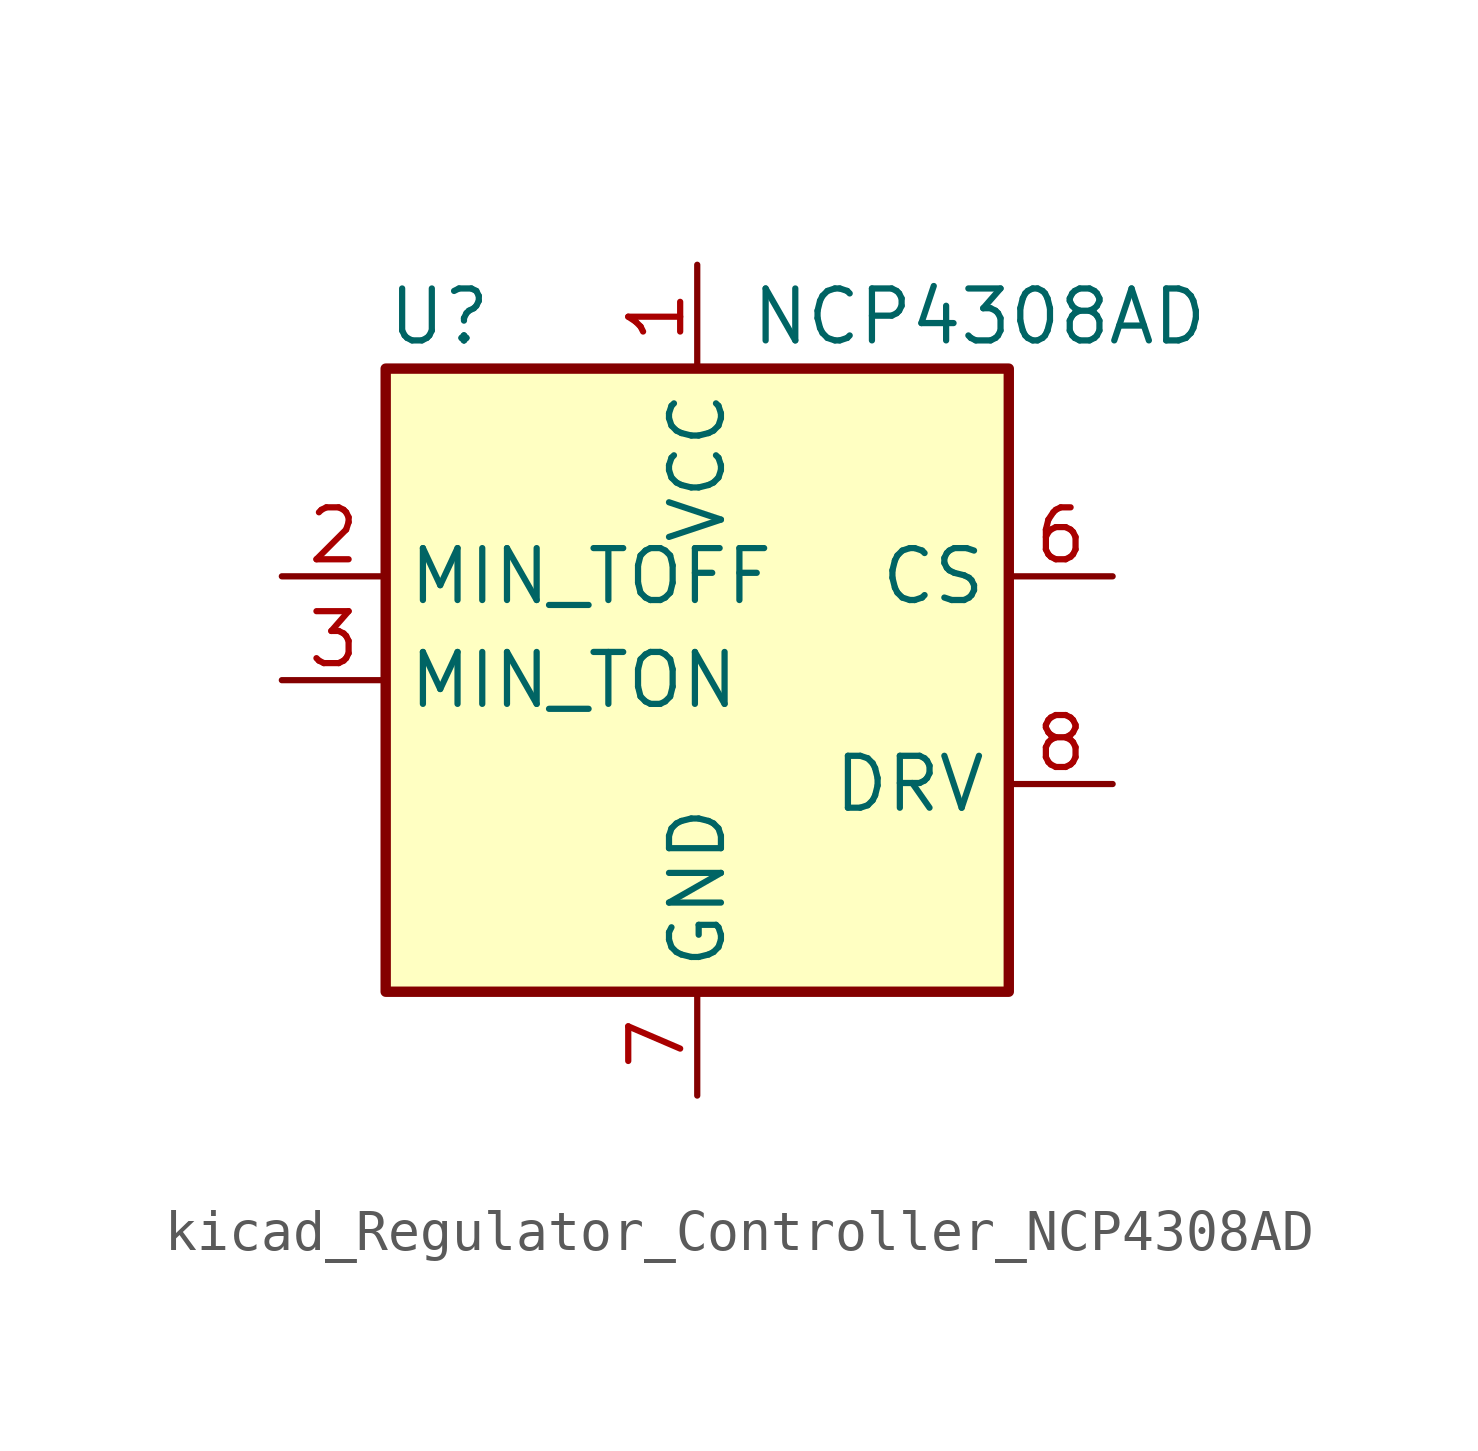
<source format=kicad_sym>
(kicad_symbol_lib
  (version 20220914)
  (generator kicad_symbol_editor)
  (symbol "kicad_Regulator_Controller_NCP4308AD"
    (property "Reference" "U"
      (at -7.62 8.89 0)
      (effects (font (size 1.27 1.27)) (justify left)))
    (property "Value" "NCP4308AD"
      (at 1.27 8.89 0)
      (effects (font (size 1.27 1.27)) (justify left)))
    (symbol "kicad_Regulator_Controller_NCP4308AD_0_1"
      (rectangle (start -7.62 7.62) (end 7.62 -7.62) (stroke (width 0.254) (type default)) (fill (type background))))
    (symbol "kicad_Regulator_Controller_NCP4308AD_1_1"
      (pin power_in line (at 0 10.16 270) (length 2.54) (name "VCC" (effects (font (size 1.27 1.27)))) (number "1" (effects (font (size 1.27 1.27)))))
      (pin passive line (at -10.16 2.54 0) (length 2.54) (name "MIN_TOFF" (effects (font (size 1.27 1.27)))) (number "2" (effects (font (size 1.27 1.27)))))
      (pin passive line (at -10.16 0 0) (length 2.54) (name "MIN_TON" (effects (font (size 1.27 1.27)))) (number "3" (effects (font (size 1.27 1.27)))))
      (pin no_connect line (at 7.62 -5.08 180) (length 2.54) hide (name "NC" (effects (font (size 1.27 1.27)))) (number "4" (effects (font (size 1.27 1.27)))))
      (pin no_connect line (at 7.62 -7.62 180) (length 2.54) hide (name "NC" (effects (font (size 1.27 1.27)))) (number "5" (effects (font (size 1.27 1.27)))))
      (pin input line (at 10.16 2.54 180) (length 2.54) (name "CS" (effects (font (size 1.27 1.27)))) (number "6" (effects (font (size 1.27 1.27)))))
      (pin power_in line (at 0 -10.16 90) (length 2.54) (name "GND" (effects (font (size 1.27 1.27)))) (number "7" (effects (font (size 1.27 1.27)))))
      (pin output line (at 10.16 -2.54 180) (length 2.54) (name "DRV" (effects (font (size 1.27 1.27)))) (number "8" (effects (font (size 1.27 1.27))))))))
</source>
